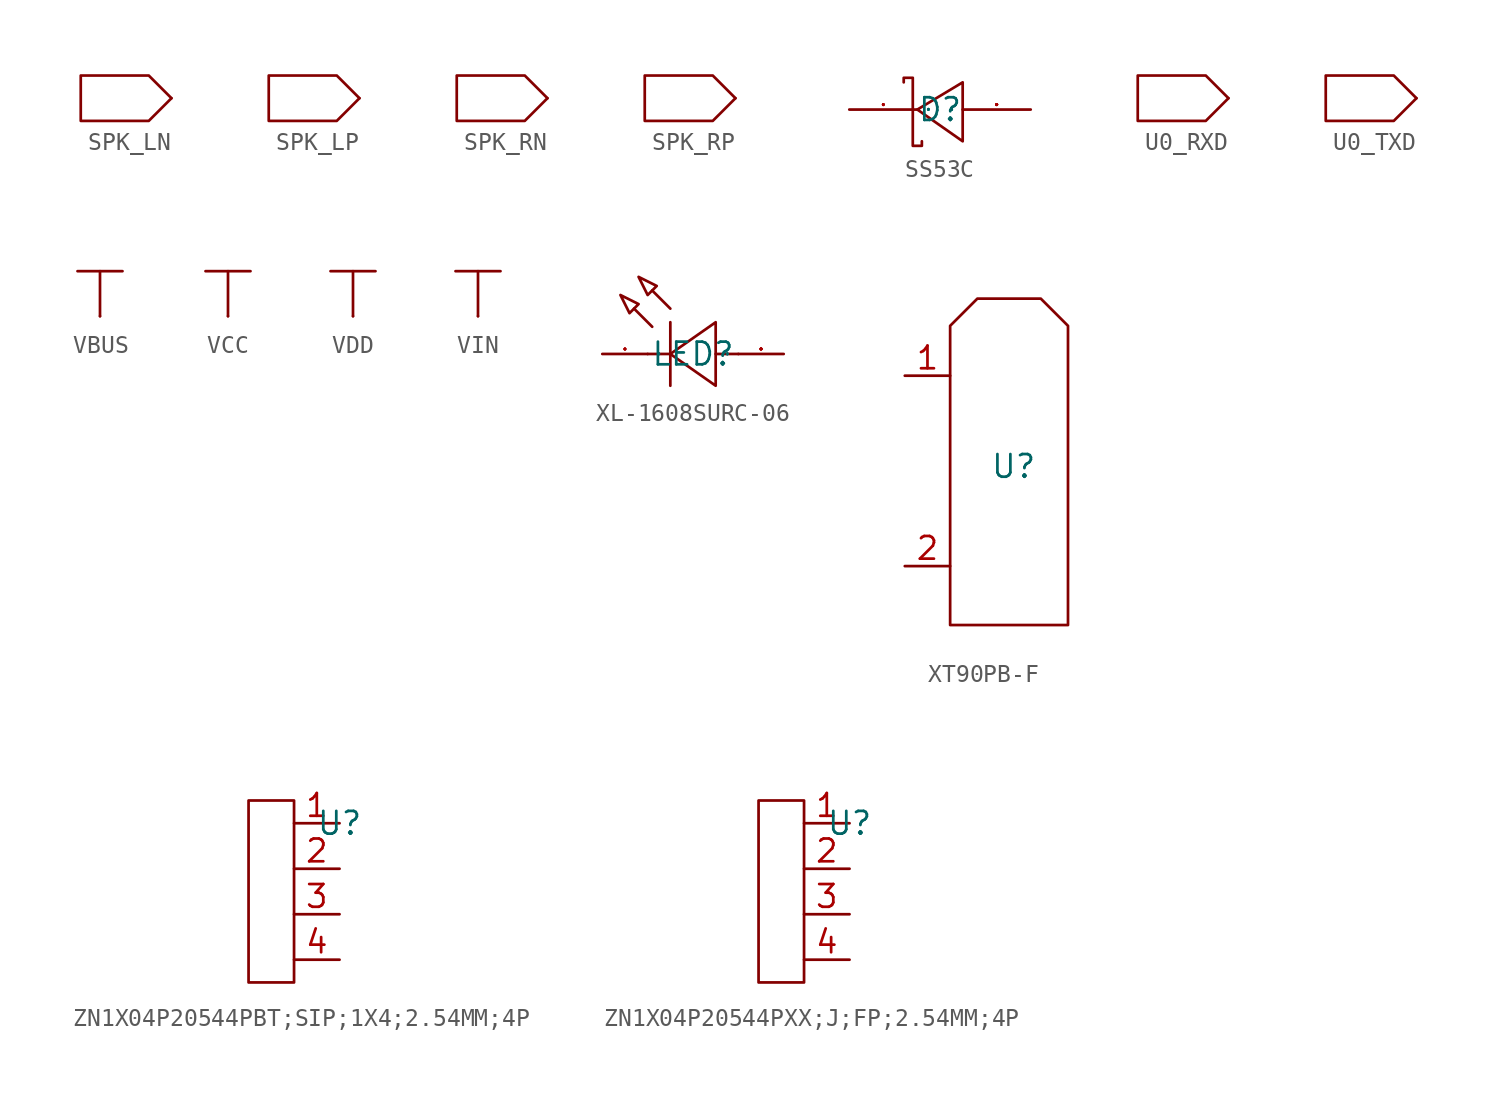
<source format=kicad_sym>
(kicad_symbol_lib
  (version 20231120)
  (generator "kicad_symbol_editor")
  (generator_version "8.0")
  (symbol "SPK_LN"
    (power)
    (pin_numbers hide)
    (pin_names hide)
    (property "Reference" "#PWR"
      (at 0 0 0)
      (effects (font (size 1.27 1.27)) (hide yes)))
    (property "Value" ""
      (at 0 0 0)
      (effects (font (size 1.27 1.27))))
    (symbol "SPK_LN_1_0"
      (polyline (pts (xy 0 0) (xy -1.27 -1.27) (xy -1.27 -1.27) (xy -5.08 -1.27) (xy -5.08 -1.27) (xy -5.08 1.27) (xy -5.08 1.27) (xy -1.27 1.27) (xy -1.27 1.27) (xy 0 0)) (stroke (width 0) (type default)) (fill (type none)))
      (pin input line (at 0 0 0) (length 0) (name "" (effects (font (size 0.025 0.025)))) (number "1" (effects (font (size 0 0)))))))
  (symbol "SPK_LP"
    (power)
    (pin_numbers hide)
    (pin_names hide)
    (property "Reference" "#PWR"
      (at 0 0 0)
      (effects (font (size 1.27 1.27)) (hide yes)))
    (property "Value" ""
      (at 0 0 0)
      (effects (font (size 1.27 1.27))))
    (symbol "SPK_LP_1_0"
      (polyline (pts (xy 0 0) (xy -1.27 -1.27) (xy -1.27 -1.27) (xy -5.08 -1.27) (xy -5.08 -1.27) (xy -5.08 1.27) (xy -5.08 1.27) (xy -1.27 1.27) (xy -1.27 1.27) (xy 0 0)) (stroke (width 0) (type default)) (fill (type none)))
      (pin input line (at 0 0 0) (length 0) (name "" (effects (font (size 0.025 0.025)))) (number "1" (effects (font (size 0 0)))))))
  (symbol "SPK_RN"
    (power)
    (pin_numbers hide)
    (pin_names hide)
    (property "Reference" "#PWR"
      (at 0 0 0)
      (effects (font (size 1.27 1.27)) (hide yes)))
    (property "Value" ""
      (at 0 0 0)
      (effects (font (size 1.27 1.27))))
    (symbol "SPK_RN_1_0"
      (polyline (pts (xy 0 0) (xy -1.27 -1.27) (xy -1.27 -1.27) (xy -5.08 -1.27) (xy -5.08 -1.27) (xy -5.08 1.27) (xy -5.08 1.27) (xy -1.27 1.27) (xy -1.27 1.27) (xy 0 0)) (stroke (width 0) (type default)) (fill (type none)))
      (pin input line (at 0 0 0) (length 0) (name "" (effects (font (size 0.025 0.025)))) (number "1" (effects (font (size 0 0)))))))
  (symbol "SPK_RP"
    (power)
    (pin_numbers hide)
    (pin_names hide)
    (property "Reference" "#PWR"
      (at 0 0 0)
      (effects (font (size 1.27 1.27)) (hide yes)))
    (property "Value" ""
      (at 0 0 0)
      (effects (font (size 1.27 1.27))))
    (symbol "SPK_RP_1_0"
      (polyline (pts (xy 0 0) (xy -1.27 -1.27) (xy -1.27 -1.27) (xy -5.08 -1.27) (xy -5.08 -1.27) (xy -5.08 1.27) (xy -5.08 1.27) (xy -1.27 1.27) (xy -1.27 1.27) (xy 0 0)) (stroke (width 0) (type default)) (fill (type none)))
      (pin input line (at 0 0 0) (length 0) (name "" (effects (font (size 0.025 0.025)))) (number "1" (effects (font (size 0 0)))))))
  (symbol "SS53C"
    (property "Reference" "D"
      (at 0 0 0)
      (effects (font (size 1.27 1.27))))
    (property "Value" ""
      (at 0 0 0)
      (effects (font (size 1.27 1.27))))
    (symbol "SS53C_1_0"
      (polyline (pts (xy 1.27 1.524) (xy -1.27 0) (xy -1.27 0) (xy 1.27 -1.778) (xy 1.27 -1.778) (xy 1.27 1.524)) (stroke (width 0) (type default)) (fill (type none)))
      (polyline (pts (xy -2.032 1.524) (xy -2.032 1.778) (xy -2.032 1.778) (xy -1.524 1.778) (xy -1.524 1.778) (xy -1.524 -2.032) (xy -1.524 -2.032) (xy -1.016 -2.032) (xy -1.016 -2.032) (xy -1.016 -1.778)) (stroke (width 0) (type default)) (fill (type none)))
      (pin unspecified line (at -5.08 0 0) (length 3.81) (name "K" (effects (font (size 0.025 0.025)))) (number "1" (effects (font (size 0.025 0.025)))))
      (pin unspecified line (at 5.08 0 180) (length 3.81) (name "A" (effects (font (size 0.025 0.025)))) (number "2" (effects (font (size 0.025 0.025)))))))
  (symbol "U0_RXD"
    (power)
    (pin_numbers hide)
    (pin_names hide)
    (property "Reference" "#PWR"
      (at 0 0 0)
      (effects (font (size 1.27 1.27)) (hide yes)))
    (property "Value" ""
      (at 0 0 0)
      (effects (font (size 1.27 1.27))))
    (symbol "U0_RXD_1_0"
      (polyline (pts (xy 0 0) (xy -1.27 -1.27) (xy -1.27 -1.27) (xy -5.08 -1.27) (xy -5.08 -1.27) (xy -5.08 1.27) (xy -5.08 1.27) (xy -1.27 1.27) (xy -1.27 1.27) (xy 0 0)) (stroke (width 0) (type default)) (fill (type none)))
      (pin input line (at 0 0 0) (length 0) (name "" (effects (font (size 0.025 0.025)))) (number "1" (effects (font (size 0 0)))))))
  (symbol "U0_TXD"
    (power)
    (pin_numbers hide)
    (pin_names hide)
    (property "Reference" "#PWR"
      (at 0 0 0)
      (effects (font (size 1.27 1.27)) (hide yes)))
    (property "Value" ""
      (at 0 0 0)
      (effects (font (size 1.27 1.27))))
    (symbol "U0_TXD_1_0"
      (polyline (pts (xy 0 0) (xy -1.27 -1.27) (xy -1.27 -1.27) (xy -5.08 -1.27) (xy -5.08 -1.27) (xy -5.08 1.27) (xy -5.08 1.27) (xy -1.27 1.27) (xy -1.27 1.27) (xy 0 0)) (stroke (width 0) (type default)) (fill (type none)))
      (pin input line (at 0 0 0) (length 0) (name "" (effects (font (size 0.025 0.025)))) (number "1" (effects (font (size 0 0)))))))
  (symbol "VBUS"
    (power)
    (pin_numbers hide)
    (pin_names hide)
    (property "Reference" "#PWR"
      (at 0 0 0)
      (effects (font (size 1.27 1.27)) (hide yes)))
    (symbol "VBUS_1_0"
      (polyline (pts (xy -1.27 2.54) (xy 1.27 2.54)) (stroke (width 0) (type default)) (fill (type none)))
      (polyline (pts (xy 0 2.54) (xy 0 0)) (stroke (width 0) (type default)) (fill (type none)))
      (pin power_in line (at 0 0 0) (length 0) (name "" (effects (font (size 1.27 1.27)))) (number "1" (effects (font (size 0 0)))))))
  (symbol "VCC"
    (power)
    (pin_numbers hide)
    (pin_names hide)
    (property "Reference" "#PWR"
      (at 0 0 0)
      (effects (font (size 1.27 1.27)) (hide yes)))
    (symbol "VCC_1_0"
      (polyline (pts (xy -1.27 2.54) (xy 1.27 2.54)) (stroke (width 0) (type default)) (fill (type none)))
      (polyline (pts (xy 0 2.54) (xy 0 0)) (stroke (width 0) (type default)) (fill (type none)))
      (pin power_in line (at 0 0 0) (length 0) (name "" (effects (font (size 1.27 1.27)))) (number "1" (effects (font (size 0 0)))))))
  (symbol "VDD"
    (power)
    (pin_numbers hide)
    (pin_names hide)
    (property "Reference" "#PWR"
      (at 0 0 0)
      (effects (font (size 1.27 1.27)) (hide yes)))
    (symbol "VDD_1_0"
      (polyline (pts (xy -1.27 2.54) (xy 1.27 2.54)) (stroke (width 0) (type default)) (fill (type none)))
      (polyline (pts (xy 0 2.54) (xy 0 0)) (stroke (width 0) (type default)) (fill (type none)))
      (pin power_in line (at 0 0 0) (length 0) (name "" (effects (font (size 1.27 1.27)))) (number "1" (effects (font (size 0 0)))))))
  (symbol "VIN"
    (power)
    (pin_numbers hide)
    (pin_names hide)
    (property "Reference" "#PWR"
      (at 0 0 0)
      (effects (font (size 1.27 1.27)) (hide yes)))
    (symbol "VIN_1_0"
      (polyline (pts (xy -1.27 2.54) (xy 1.27 2.54)) (stroke (width 0) (type default)) (fill (type none)))
      (polyline (pts (xy 0 2.54) (xy 0 0)) (stroke (width 0) (type default)) (fill (type none)))
      (pin power_in line (at 0 0 0) (length 0) (name "" (effects (font (size 1.27 1.27)))) (number "1" (effects (font (size 0 0)))))))
  (symbol "XL-1608SURC-06"
    (property "Reference" "LED"
      (at 0 0 0)
      (effects (font (size 1.27 1.27))))
    (property "Value" ""
      (at 0 0 0)
      (effects (font (size 1.27 1.27))))
    (symbol "XL-1608SURC-06_1_0"
      (polyline (pts (xy -2.286 1.524) (xy -3.302 2.54)) (stroke (width 0) (type default)) (fill (type none)))
      (polyline (pts (xy -1.27 0) (xy -2.54 0)) (stroke (width 0) (type default)) (fill (type none)))
      (polyline (pts (xy -1.27 1.778) (xy -1.27 -1.778)) (stroke (width 0) (type default)) (fill (type none)))
      (polyline (pts (xy -1.27 2.54) (xy -2.286 3.556)) (stroke (width 0) (type default)) (fill (type none)))
      (polyline (pts (xy 2.54 0) (xy 1.27 0)) (stroke (width 0) (type default)) (fill (type none)))
      (polyline (pts (xy -4.064 3.302) (xy -3.048 2.794) (xy -3.048 2.794) (xy -3.556 2.286) (xy -3.556 2.286) (xy -4.064 3.302)) (stroke (width 0) (type default)) (fill (type none)))
      (polyline (pts (xy -3.048 4.318) (xy -2.032 3.81) (xy -2.032 3.81) (xy -2.54 3.302) (xy -2.54 3.302) (xy -3.048 4.318)) (stroke (width 0) (type default)) (fill (type none)))
      (polyline (pts (xy 1.27 1.778) (xy -1.27 0) (xy -1.27 0) (xy 1.27 -1.778) (xy 1.27 -1.778) (xy 1.27 1.778)) (stroke (width 0) (type default)) (fill (type none)))
      (pin unspecified line (at -5.08 0 0) (length 2.54) (name "K" (effects (font (size 0.025 0.025)))) (number "1" (effects (font (size 0.025 0.025)))))
      (pin unspecified line (at 5.08 0 180) (length 2.54) (name "A" (effects (font (size 0.025 0.025)))) (number "2" (effects (font (size 0.025 0.025)))))))
  (symbol "XT90PB-F"
    (property "Reference" "U"
      (at 0 0 0)
      (effects (font (size 1.27 1.27))))
    (property "Value" ""
      (at 0 0 0)
      (effects (font (size 1.27 1.27))))
    (symbol "XT90PB-F_1_0"
      (polyline (pts (xy -3.556 7.874) (xy -3.556 -8.89) (xy -3.556 -8.89) (xy 3.048 -8.89) (xy 3.048 -8.89) (xy 3.048 7.874) (xy 3.048 7.874) (xy 1.524 9.398) (xy 1.524 9.398) (xy -2.032 9.398) (xy -2.032 9.398) (xy -3.556 7.874)) (stroke (width 0) (type default)) (fill (type none)))
      (pin unspecified line (at -6.096 5.08 0) (length 2.54) (name "" (effects (font (size 1.27 1.27)))) (number "1" (effects (font (size 1.27 1.27)))))
      (pin unspecified line (at -6.096 -5.588 0) (length 2.54) (name "" (effects (font (size 1.27 1.27)))) (number "2" (effects (font (size 1.27 1.27)))))))
  (symbol "ZN1X04P20544PBT;SIP;1X4;2.54MM;4P"
    (property "Reference" "U"
      (at 0 0 0)
      (effects (font (size 1.27 1.27))))
    (property "Value" ""
      (at 0 0 0)
      (effects (font (size 1.27 1.27))))
    (symbol "ZN1X04P20544PBT;SIP;1X4;2.54MM;4P_1_0"
      (polyline (pts (xy -5.08 1.27) (xy -2.54 1.27) (xy -2.54 1.27) (xy -2.54 -8.89) (xy -2.54 -8.89) (xy -5.08 -8.89) (xy -5.08 -8.89) (xy -5.08 1.27)) (stroke (width 0) (type default)) (fill (type none)))
      (pin unspecified line (at 0 0 180) (length 2.54) (name "" (effects (font (size 1.27 1.27)))) (number "1" (effects (font (size 1.27 1.27)))))
      (pin unspecified line (at 0 -2.54 180) (length 2.54) (name "" (effects (font (size 1.27 1.27)))) (number "2" (effects (font (size 1.27 1.27)))))
      (pin unspecified line (at 0 -5.08 180) (length 2.54) (name "" (effects (font (size 1.27 1.27)))) (number "3" (effects (font (size 1.27 1.27)))))
      (pin unspecified line (at 0 -7.62 180) (length 2.54) (name "" (effects (font (size 1.27 1.27)))) (number "4" (effects (font (size 1.27 1.27)))))))
  (symbol "ZN1X04P20544PXX;J;FP;2.54MM;4P"
    (property "Reference" "U"
      (at 0 0 0)
      (effects (font (size 1.27 1.27))))
    (property "Value" ""
      (at 0 0 0)
      (effects (font (size 1.27 1.27))))
    (symbol "ZN1X04P20544PXX;J;FP;2.54MM;4P_1_0"
      (polyline (pts (xy -5.08 1.27) (xy -2.54 1.27) (xy -2.54 1.27) (xy -2.54 -8.89) (xy -2.54 -8.89) (xy -5.08 -8.89) (xy -5.08 -8.89) (xy -5.08 1.27)) (stroke (width 0) (type default)) (fill (type none)))
      (pin unspecified line (at 0 0 180) (length 2.54) (name "" (effects (font (size 1.27 1.27)))) (number "1" (effects (font (size 1.27 1.27)))))
      (pin unspecified line (at 0 -2.54 180) (length 2.54) (name "" (effects (font (size 1.27 1.27)))) (number "2" (effects (font (size 1.27 1.27)))))
      (pin unspecified line (at 0 -5.08 180) (length 2.54) (name "" (effects (font (size 1.27 1.27)))) (number "3" (effects (font (size 1.27 1.27)))))
      (pin unspecified line (at 0 -7.62 180) (length 2.54) (name "" (effects (font (size 1.27 1.27)))) (number "4" (effects (font (size 1.27 1.27))))))))
</source>
